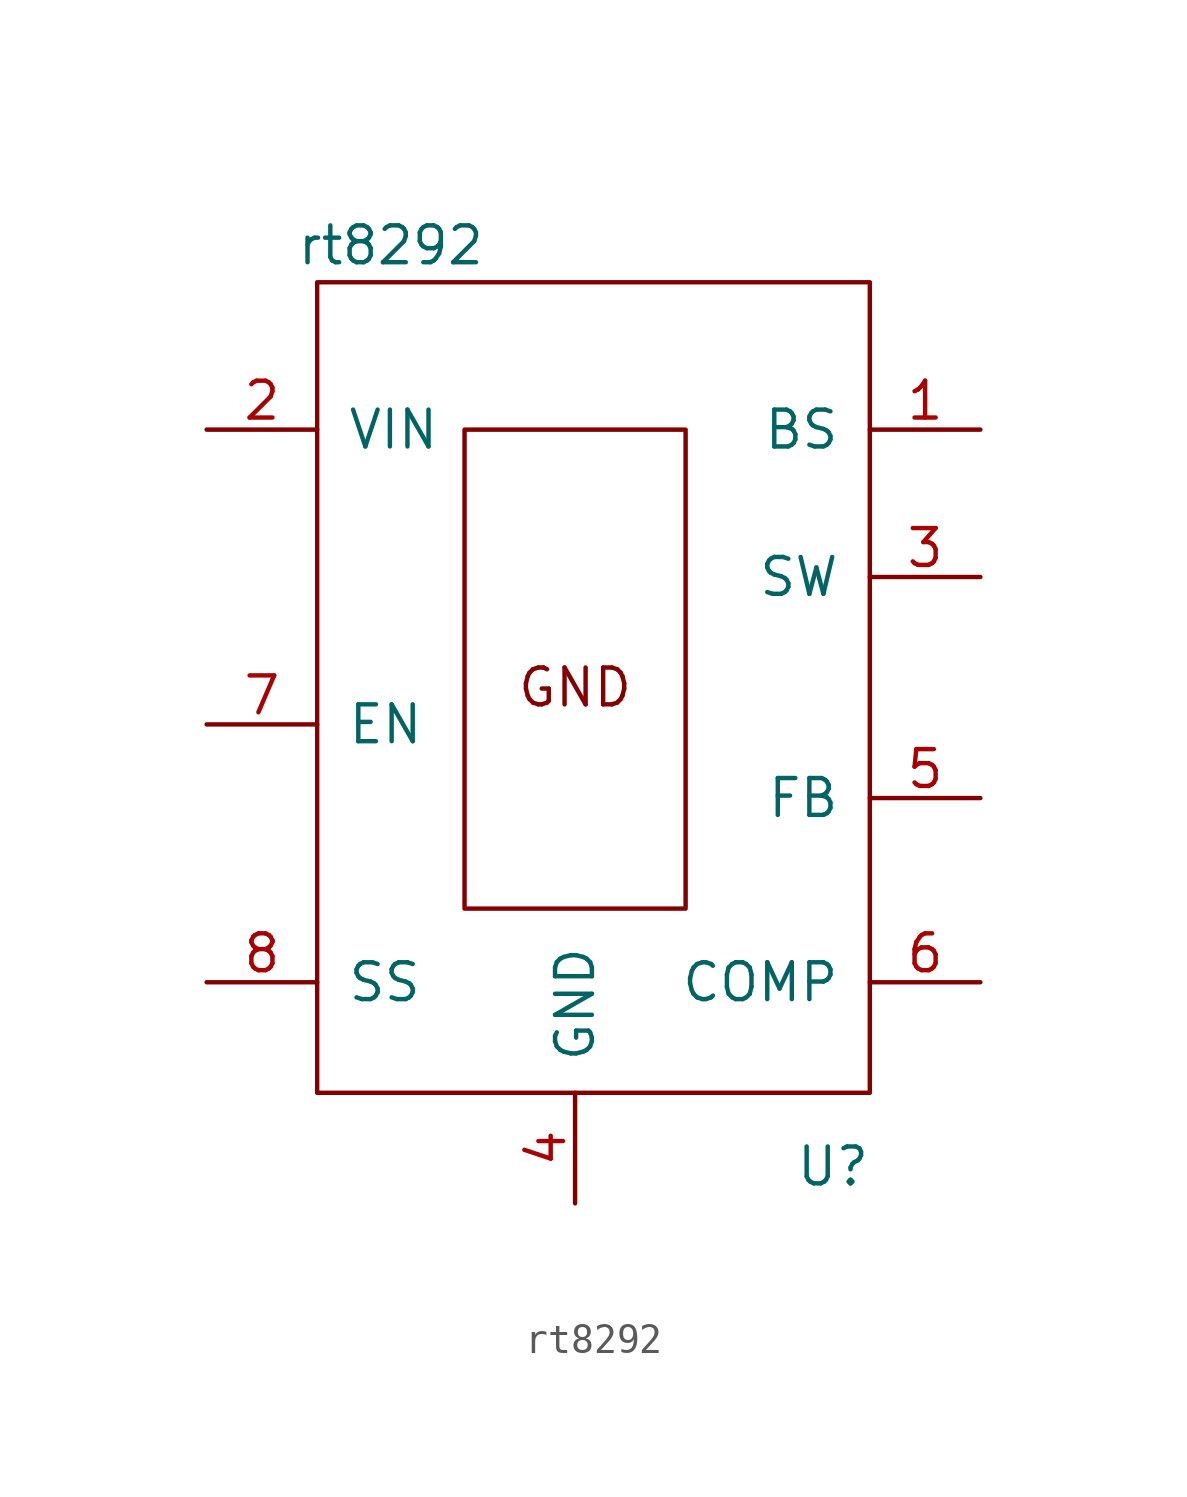
<source format=kicad_sym>
(kicad_symbol_lib
  (version 20201005)
  (generator kicad_symbol_editor)
  (symbol "rt8292"
    (pin_names
      (offset 1.016))
    (property "Reference" "U"
      (at 8.89 -16.51 0)
      (effects (font (size 1.27 1.27))))
    (property "Value" "rt8292"
      (at -6.35 15.24 0)
      (effects (font (size 1.27 1.27))))
    (symbol "rt8292_0_0"
      (text "GND" (at 0 0 0) (effects (font (size 1.27 1.27)))))
    (symbol "rt8292_0_1"
      (rectangle (start -8.89 13.97) (end 10.16 -13.97) (stroke (width 0)) (fill (type none)))
      (rectangle (start -3.81 8.89) (end 3.81 -7.62) (stroke (width 0)) (fill (type none))))
    (symbol "rt8292_1_1"
      (pin input line (at 13.97 8.89 180) (length 3.81) (name "BS" (effects (font (size 1.27 1.27)))) (number "1" (effects (font (size 1.27 1.27)))))
      (pin input line (at -12.7 8.89 0) (length 3.81) (name "VIN" (effects (font (size 1.27 1.27)))) (number "2" (effects (font (size 1.27 1.27)))))
      (pin input line (at 13.97 3.81 180) (length 3.81) (name "SW" (effects (font (size 1.27 1.27)))) (number "3" (effects (font (size 1.27 1.27)))))
      (pin input line (at 0 -17.78 90) (length 3.81) (name "GND" (effects (font (size 1.27 1.27)))) (number "4" (effects (font (size 1.27 1.27)))))
      (pin input line (at 13.97 -3.81 180) (length 3.81) (name "FB" (effects (font (size 1.27 1.27)))) (number "5" (effects (font (size 1.27 1.27)))))
      (pin input line (at 13.97 -10.16 180) (length 3.81) (name "COMP" (effects (font (size 1.27 1.27)))) (number "6" (effects (font (size 1.27 1.27)))))
      (pin input line (at -12.7 -1.27 0) (length 3.81) (name "EN" (effects (font (size 1.27 1.27)))) (number "7" (effects (font (size 1.27 1.27)))))
      (pin input line (at -12.7 -10.16 0) (length 3.81) (name "SS" (effects (font (size 1.27 1.27)))) (number "8" (effects (font (size 1.27 1.27)))))
      (pin input line (at 0 -17.78 90) (length 3.81) hide (name "GND" (effects (font (size 1.27 1.27)))) (number "9" (effects (font (size 1.27 1.27))))))))
</source>
